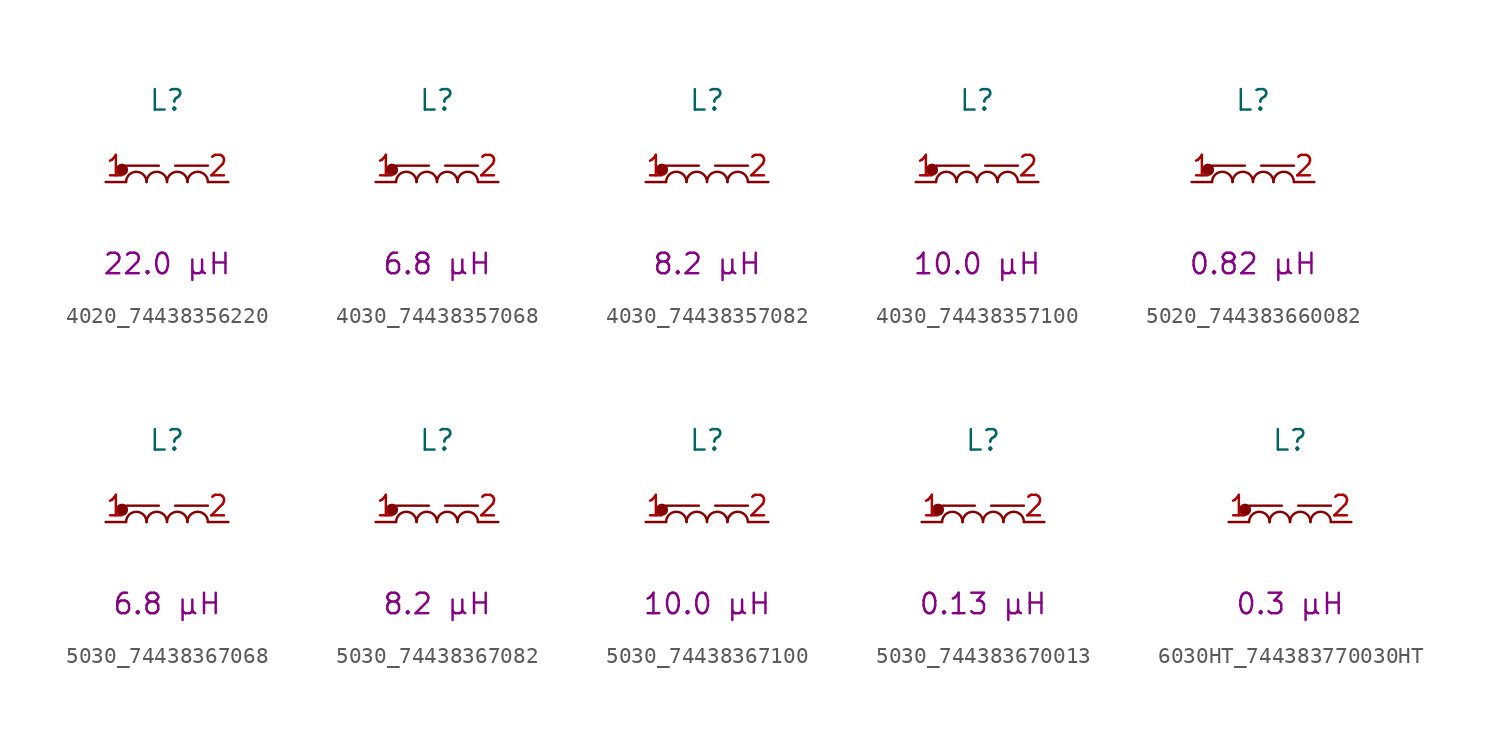
<source format=kicad_sym>
(kicad_symbol_lib
  (version 20241209)
  (generator "kicad_symbol_editor")
  (generator_version "9.0")
  (symbol "4020_74438356220"
    (pin_names
      (hide yes))
    (property "Reference" "L"
      (at 0 5.08 0)
      (effects (font (size 1.27 1.27))))
    (property "Critical Parameter" "22.0 µH"
      (at 0 -5.08 0)
      (effects (font (size 1.27 1.27))))
    (symbol "4020_74438356220_0_1"
      (polyline (pts (xy -2.54 1.016) (xy -0.508 1.016)) (stroke (width 0) (type default)) (fill (type none)))
      (arc (start -2.54 0) (mid -1.905 0.6323) (end -1.27 0) (stroke (width 0) (type default)) (fill (type none)))
      (arc (start -1.27 0) (mid -0.635 0.6323) (end 0 0) (stroke (width 0) (type default)) (fill (type none)))
      (arc (start 0 0) (mid 0.635 0.6323) (end 1.27 0) (stroke (width 0) (type default)) (fill (type none)))
      (arc (start 1.27 0) (mid 1.905 0.6323) (end 2.54 0) (stroke (width 0) (type default)) (fill (type none))))
    (symbol "4020_74438356220_1_1"
      (circle (center -2.794 0.762) (radius 0.0001) (stroke (width 0.381) (type default)) (fill (type none)))
      (polyline (pts (xy 2.54 1.016) (xy 0.508 1.016)) (stroke (width 0) (type default)) (fill (type none)))
      (pin passive line (at -3.81 0 0) (length 1.27) (name "1" (effects (font (size 1.27 1.27)))) (number "1" (effects (font (size 1.27 1.27)))))
      (pin passive line (at 3.81 0 180) (length 1.27) (name "2" (effects (font (size 1.27 1.27)))) (number "2" (effects (font (size 1.27 1.27)))))))
  (symbol "4030_74438357068"
    (pin_names
      (hide yes))
    (property "Reference" "L"
      (at 0 5.08 0)
      (effects (font (size 1.27 1.27))))
    (property "Critical Parameter" "6.8 µH"
      (at 0 -5.08 0)
      (effects (font (size 1.27 1.27))))
    (symbol "4030_74438357068_0_1"
      (polyline (pts (xy -2.54 1.016) (xy -0.508 1.016)) (stroke (width 0) (type default)) (fill (type none)))
      (arc (start -2.54 0) (mid -1.905 0.6323) (end -1.27 0) (stroke (width 0) (type default)) (fill (type none)))
      (arc (start -1.27 0) (mid -0.635 0.6323) (end 0 0) (stroke (width 0) (type default)) (fill (type none)))
      (arc (start 0 0) (mid 0.635 0.6323) (end 1.27 0) (stroke (width 0) (type default)) (fill (type none)))
      (arc (start 1.27 0) (mid 1.905 0.6323) (end 2.54 0) (stroke (width 0) (type default)) (fill (type none))))
    (symbol "4030_74438357068_1_1"
      (circle (center -2.794 0.762) (radius 0.0001) (stroke (width 0.381) (type default)) (fill (type none)))
      (polyline (pts (xy 2.54 1.016) (xy 0.508 1.016)) (stroke (width 0) (type default)) (fill (type none)))
      (pin passive line (at -3.81 0 0) (length 1.27) (name "1" (effects (font (size 1.27 1.27)))) (number "1" (effects (font (size 1.27 1.27)))))
      (pin passive line (at 3.81 0 180) (length 1.27) (name "2" (effects (font (size 1.27 1.27)))) (number "2" (effects (font (size 1.27 1.27)))))))
  (symbol "4030_74438357082"
    (pin_names
      (hide yes))
    (property "Reference" "L"
      (at 0 5.08 0)
      (effects (font (size 1.27 1.27))))
    (property "Critical Parameter" "8.2 µH"
      (at 0 -5.08 0)
      (effects (font (size 1.27 1.27))))
    (symbol "4030_74438357082_0_1"
      (polyline (pts (xy -2.54 1.016) (xy -0.508 1.016)) (stroke (width 0) (type default)) (fill (type none)))
      (arc (start -2.54 0) (mid -1.905 0.6323) (end -1.27 0) (stroke (width 0) (type default)) (fill (type none)))
      (arc (start -1.27 0) (mid -0.635 0.6323) (end 0 0) (stroke (width 0) (type default)) (fill (type none)))
      (arc (start 0 0) (mid 0.635 0.6323) (end 1.27 0) (stroke (width 0) (type default)) (fill (type none)))
      (arc (start 1.27 0) (mid 1.905 0.6323) (end 2.54 0) (stroke (width 0) (type default)) (fill (type none))))
    (symbol "4030_74438357082_1_1"
      (circle (center -2.794 0.762) (radius 0.0001) (stroke (width 0.381) (type default)) (fill (type none)))
      (polyline (pts (xy 2.54 1.016) (xy 0.508 1.016)) (stroke (width 0) (type default)) (fill (type none)))
      (pin passive line (at -3.81 0 0) (length 1.27) (name "1" (effects (font (size 1.27 1.27)))) (number "1" (effects (font (size 1.27 1.27)))))
      (pin passive line (at 3.81 0 180) (length 1.27) (name "2" (effects (font (size 1.27 1.27)))) (number "2" (effects (font (size 1.27 1.27)))))))
  (symbol "4030_74438357100"
    (pin_names
      (hide yes))
    (property "Reference" "L"
      (at 0 5.08 0)
      (effects (font (size 1.27 1.27))))
    (property "Critical Parameter" "10.0 µH"
      (at 0 -5.08 0)
      (effects (font (size 1.27 1.27))))
    (symbol "4030_74438357100_0_1"
      (polyline (pts (xy -2.54 1.016) (xy -0.508 1.016)) (stroke (width 0) (type default)) (fill (type none)))
      (arc (start -2.54 0) (mid -1.905 0.6323) (end -1.27 0) (stroke (width 0) (type default)) (fill (type none)))
      (arc (start -1.27 0) (mid -0.635 0.6323) (end 0 0) (stroke (width 0) (type default)) (fill (type none)))
      (arc (start 0 0) (mid 0.635 0.6323) (end 1.27 0) (stroke (width 0) (type default)) (fill (type none)))
      (arc (start 1.27 0) (mid 1.905 0.6323) (end 2.54 0) (stroke (width 0) (type default)) (fill (type none))))
    (symbol "4030_74438357100_1_1"
      (circle (center -2.794 0.762) (radius 0.0001) (stroke (width 0.381) (type default)) (fill (type none)))
      (polyline (pts (xy 2.54 1.016) (xy 0.508 1.016)) (stroke (width 0) (type default)) (fill (type none)))
      (pin passive line (at -3.81 0 0) (length 1.27) (name "1" (effects (font (size 1.27 1.27)))) (number "1" (effects (font (size 1.27 1.27)))))
      (pin passive line (at 3.81 0 180) (length 1.27) (name "2" (effects (font (size 1.27 1.27)))) (number "2" (effects (font (size 1.27 1.27)))))))
  (symbol "5020_744383660082"
    (pin_names
      (hide yes))
    (property "Reference" "L"
      (at 0 5.08 0)
      (effects (font (size 1.27 1.27))))
    (property "Critical Parameter" "0.82 µH"
      (at 0 -5.08 0)
      (effects (font (size 1.27 1.27))))
    (symbol "5020_744383660082_0_1"
      (polyline (pts (xy -2.54 1.016) (xy -0.508 1.016)) (stroke (width 0) (type default)) (fill (type none)))
      (arc (start -2.54 0) (mid -1.905 0.6323) (end -1.27 0) (stroke (width 0) (type default)) (fill (type none)))
      (arc (start -1.27 0) (mid -0.635 0.6323) (end 0 0) (stroke (width 0) (type default)) (fill (type none)))
      (arc (start 0 0) (mid 0.635 0.6323) (end 1.27 0) (stroke (width 0) (type default)) (fill (type none)))
      (arc (start 1.27 0) (mid 1.905 0.6323) (end 2.54 0) (stroke (width 0) (type default)) (fill (type none))))
    (symbol "5020_744383660082_1_1"
      (circle (center -2.794 0.762) (radius 0.0001) (stroke (width 0.381) (type default)) (fill (type none)))
      (polyline (pts (xy 2.54 1.016) (xy 0.508 1.016)) (stroke (width 0) (type default)) (fill (type none)))
      (pin passive line (at -3.81 0 0) (length 1.27) (name "1" (effects (font (size 1.27 1.27)))) (number "1" (effects (font (size 1.27 1.27)))))
      (pin passive line (at 3.81 0 180) (length 1.27) (name "2" (effects (font (size 1.27 1.27)))) (number "2" (effects (font (size 1.27 1.27)))))))
  (symbol "5030_74438367068"
    (pin_names
      (hide yes))
    (property "Reference" "L"
      (at 0 5.08 0)
      (effects (font (size 1.27 1.27))))
    (property "Critical Parameter" "6.8 µH"
      (at 0 -5.08 0)
      (effects (font (size 1.27 1.27))))
    (symbol "5030_74438367068_0_1"
      (polyline (pts (xy -2.54 1.016) (xy -0.508 1.016)) (stroke (width 0) (type default)) (fill (type none)))
      (arc (start -2.54 0) (mid -1.905 0.6323) (end -1.27 0) (stroke (width 0) (type default)) (fill (type none)))
      (arc (start -1.27 0) (mid -0.635 0.6323) (end 0 0) (stroke (width 0) (type default)) (fill (type none)))
      (arc (start 0 0) (mid 0.635 0.6323) (end 1.27 0) (stroke (width 0) (type default)) (fill (type none)))
      (arc (start 1.27 0) (mid 1.905 0.6323) (end 2.54 0) (stroke (width 0) (type default)) (fill (type none))))
    (symbol "5030_74438367068_1_1"
      (circle (center -2.794 0.762) (radius 0.0001) (stroke (width 0.381) (type default)) (fill (type none)))
      (polyline (pts (xy 2.54 1.016) (xy 0.508 1.016)) (stroke (width 0) (type default)) (fill (type none)))
      (pin passive line (at -3.81 0 0) (length 1.27) (name "1" (effects (font (size 1.27 1.27)))) (number "1" (effects (font (size 1.27 1.27)))))
      (pin passive line (at 3.81 0 180) (length 1.27) (name "2" (effects (font (size 1.27 1.27)))) (number "2" (effects (font (size 1.27 1.27)))))))
  (symbol "5030_74438367082"
    (pin_names
      (hide yes))
    (property "Reference" "L"
      (at 0 5.08 0)
      (effects (font (size 1.27 1.27))))
    (property "Critical Parameter" "8.2 µH"
      (at 0 -5.08 0)
      (effects (font (size 1.27 1.27))))
    (symbol "5030_74438367082_0_1"
      (polyline (pts (xy -2.54 1.016) (xy -0.508 1.016)) (stroke (width 0) (type default)) (fill (type none)))
      (arc (start -2.54 0) (mid -1.905 0.6323) (end -1.27 0) (stroke (width 0) (type default)) (fill (type none)))
      (arc (start -1.27 0) (mid -0.635 0.6323) (end 0 0) (stroke (width 0) (type default)) (fill (type none)))
      (arc (start 0 0) (mid 0.635 0.6323) (end 1.27 0) (stroke (width 0) (type default)) (fill (type none)))
      (arc (start 1.27 0) (mid 1.905 0.6323) (end 2.54 0) (stroke (width 0) (type default)) (fill (type none))))
    (symbol "5030_74438367082_1_1"
      (circle (center -2.794 0.762) (radius 0.0001) (stroke (width 0.381) (type default)) (fill (type none)))
      (polyline (pts (xy 2.54 1.016) (xy 0.508 1.016)) (stroke (width 0) (type default)) (fill (type none)))
      (pin passive line (at -3.81 0 0) (length 1.27) (name "1" (effects (font (size 1.27 1.27)))) (number "1" (effects (font (size 1.27 1.27)))))
      (pin passive line (at 3.81 0 180) (length 1.27) (name "2" (effects (font (size 1.27 1.27)))) (number "2" (effects (font (size 1.27 1.27)))))))
  (symbol "5030_74438367100"
    (pin_names
      (hide yes))
    (property "Reference" "L"
      (at 0 5.08 0)
      (effects (font (size 1.27 1.27))))
    (property "Critical Parameter" "10.0 µH"
      (at 0 -5.08 0)
      (effects (font (size 1.27 1.27))))
    (symbol "5030_74438367100_0_1"
      (polyline (pts (xy -2.54 1.016) (xy -0.508 1.016)) (stroke (width 0) (type default)) (fill (type none)))
      (arc (start -2.54 0) (mid -1.905 0.6323) (end -1.27 0) (stroke (width 0) (type default)) (fill (type none)))
      (arc (start -1.27 0) (mid -0.635 0.6323) (end 0 0) (stroke (width 0) (type default)) (fill (type none)))
      (arc (start 0 0) (mid 0.635 0.6323) (end 1.27 0) (stroke (width 0) (type default)) (fill (type none)))
      (arc (start 1.27 0) (mid 1.905 0.6323) (end 2.54 0) (stroke (width 0) (type default)) (fill (type none))))
    (symbol "5030_74438367100_1_1"
      (circle (center -2.794 0.762) (radius 0.0001) (stroke (width 0.381) (type default)) (fill (type none)))
      (polyline (pts (xy 2.54 1.016) (xy 0.508 1.016)) (stroke (width 0) (type default)) (fill (type none)))
      (pin passive line (at -3.81 0 0) (length 1.27) (name "1" (effects (font (size 1.27 1.27)))) (number "1" (effects (font (size 1.27 1.27)))))
      (pin passive line (at 3.81 0 180) (length 1.27) (name "2" (effects (font (size 1.27 1.27)))) (number "2" (effects (font (size 1.27 1.27)))))))
  (symbol "5030_744383670013"
    (pin_names
      (hide yes))
    (property "Reference" "L"
      (at 0 5.08 0)
      (effects (font (size 1.27 1.27))))
    (property "Critical Parameter" "0.13 µH"
      (at 0 -5.08 0)
      (effects (font (size 1.27 1.27))))
    (symbol "5030_744383670013_0_1"
      (polyline (pts (xy -2.54 1.016) (xy -0.508 1.016)) (stroke (width 0) (type default)) (fill (type none)))
      (arc (start -2.54 0) (mid -1.905 0.6323) (end -1.27 0) (stroke (width 0) (type default)) (fill (type none)))
      (arc (start -1.27 0) (mid -0.635 0.6323) (end 0 0) (stroke (width 0) (type default)) (fill (type none)))
      (arc (start 0 0) (mid 0.635 0.6323) (end 1.27 0) (stroke (width 0) (type default)) (fill (type none)))
      (arc (start 1.27 0) (mid 1.905 0.6323) (end 2.54 0) (stroke (width 0) (type default)) (fill (type none))))
    (symbol "5030_744383670013_1_1"
      (circle (center -2.794 0.762) (radius 0.0001) (stroke (width 0.381) (type default)) (fill (type none)))
      (polyline (pts (xy 2.54 1.016) (xy 0.508 1.016)) (stroke (width 0) (type default)) (fill (type none)))
      (pin passive line (at -3.81 0 0) (length 1.27) (name "1" (effects (font (size 1.27 1.27)))) (number "1" (effects (font (size 1.27 1.27)))))
      (pin passive line (at 3.81 0 180) (length 1.27) (name "2" (effects (font (size 1.27 1.27)))) (number "2" (effects (font (size 1.27 1.27)))))))
  (symbol "6030HT_744383770030HT"
    (pin_names
      (hide yes))
    (property "Reference" "L"
      (at 0 5.08 0)
      (effects (font (size 1.27 1.27))))
    (property "Critical Parameter" "0.3 µH"
      (at 0 -5.08 0)
      (effects (font (size 1.27 1.27))))
    (symbol "6030HT_744383770030HT_0_1"
      (polyline (pts (xy -2.54 1.016) (xy -0.508 1.016)) (stroke (width 0) (type default)) (fill (type none)))
      (arc (start -2.54 0) (mid -1.905 0.6323) (end -1.27 0) (stroke (width 0) (type default)) (fill (type none)))
      (arc (start -1.27 0) (mid -0.635 0.6323) (end 0 0) (stroke (width 0) (type default)) (fill (type none)))
      (arc (start 0 0) (mid 0.635 0.6323) (end 1.27 0) (stroke (width 0) (type default)) (fill (type none)))
      (arc (start 1.27 0) (mid 1.905 0.6323) (end 2.54 0) (stroke (width 0) (type default)) (fill (type none))))
    (symbol "6030HT_744383770030HT_1_1"
      (circle (center -2.794 0.762) (radius 0.0001) (stroke (width 0.381) (type default)) (fill (type none)))
      (polyline (pts (xy 2.54 1.016) (xy 0.508 1.016)) (stroke (width 0) (type default)) (fill (type none)))
      (pin passive line (at -3.81 0 0) (length 1.27) (name "1" (effects (font (size 1.27 1.27)))) (number "1" (effects (font (size 1.27 1.27)))))
      (pin passive line (at 3.81 0 180) (length 1.27) (name "2" (effects (font (size 1.27 1.27)))) (number "2" (effects (font (size 1.27 1.27))))))))
</source>
